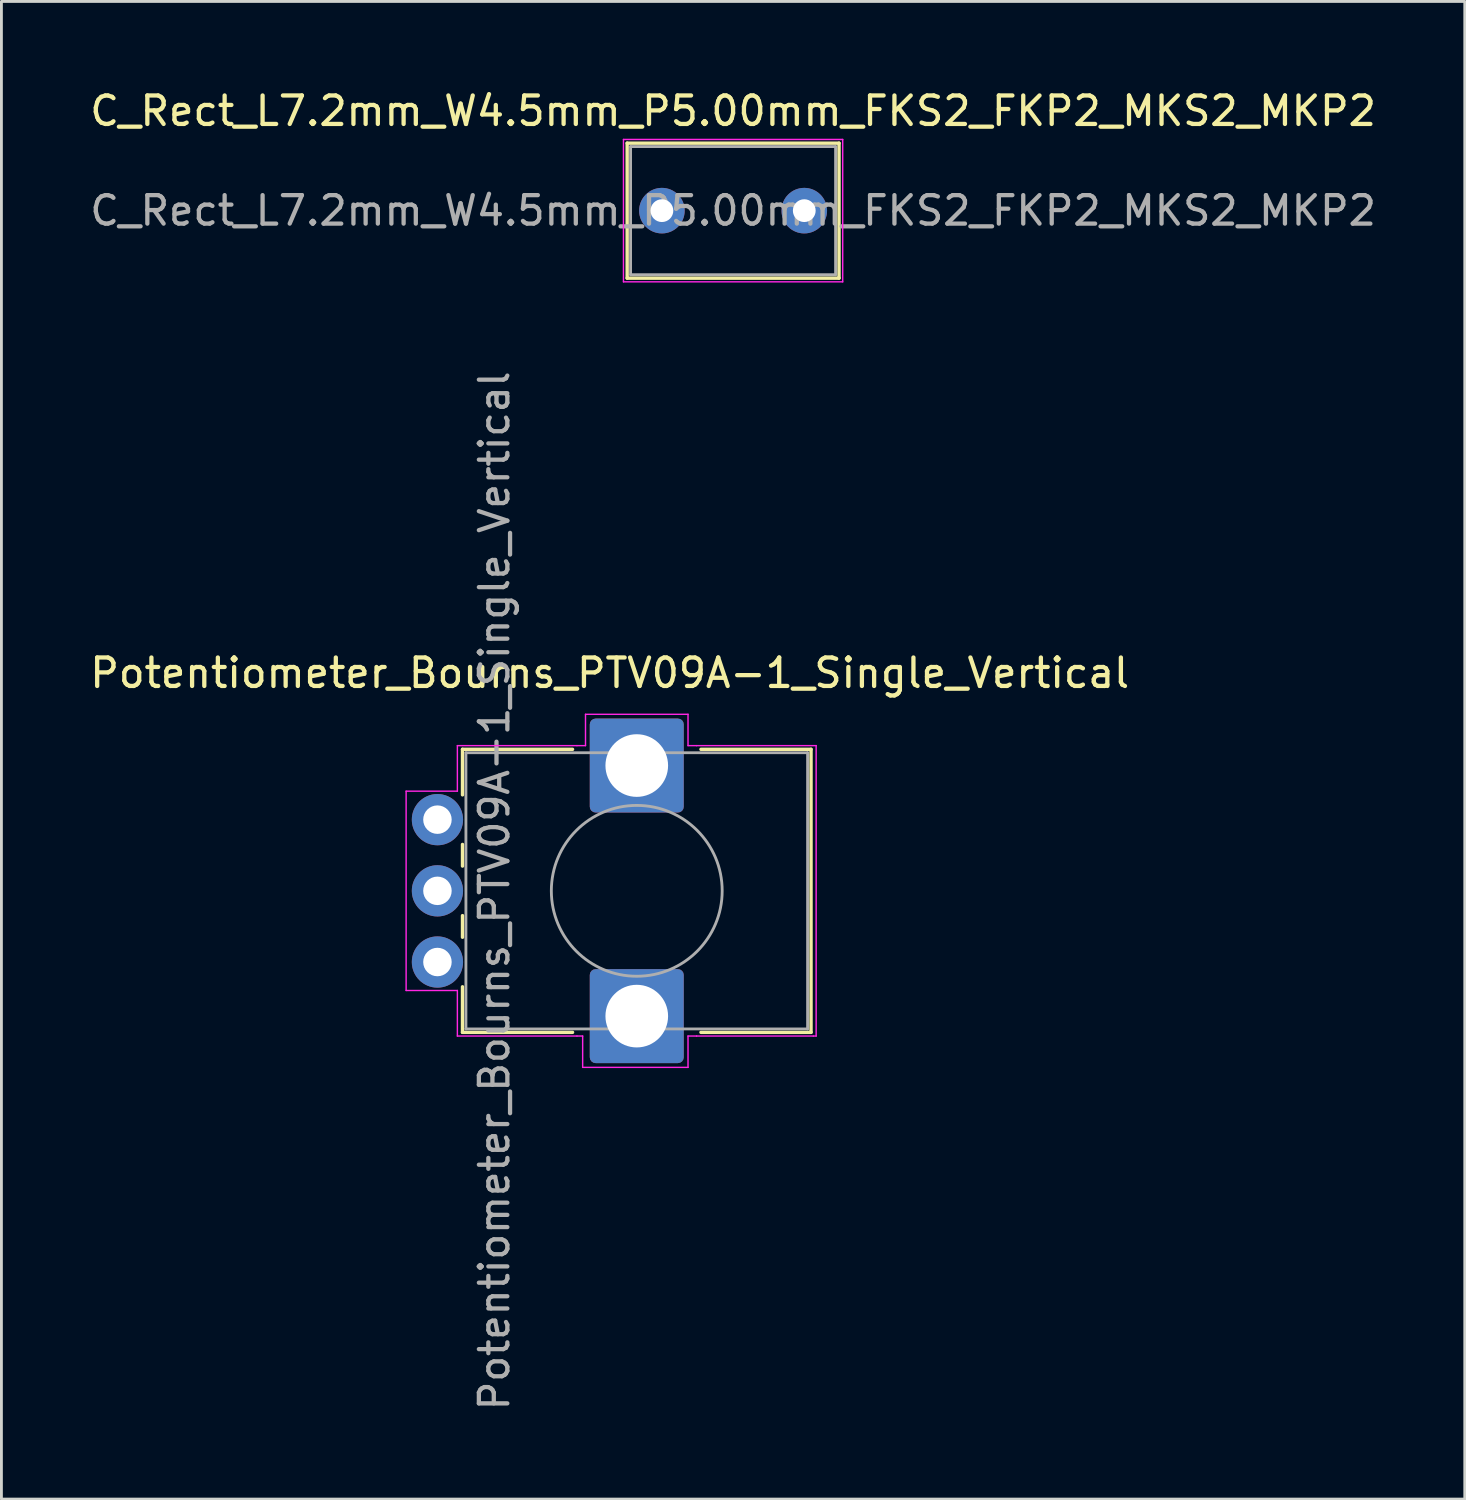
<source format=kicad_pcb>
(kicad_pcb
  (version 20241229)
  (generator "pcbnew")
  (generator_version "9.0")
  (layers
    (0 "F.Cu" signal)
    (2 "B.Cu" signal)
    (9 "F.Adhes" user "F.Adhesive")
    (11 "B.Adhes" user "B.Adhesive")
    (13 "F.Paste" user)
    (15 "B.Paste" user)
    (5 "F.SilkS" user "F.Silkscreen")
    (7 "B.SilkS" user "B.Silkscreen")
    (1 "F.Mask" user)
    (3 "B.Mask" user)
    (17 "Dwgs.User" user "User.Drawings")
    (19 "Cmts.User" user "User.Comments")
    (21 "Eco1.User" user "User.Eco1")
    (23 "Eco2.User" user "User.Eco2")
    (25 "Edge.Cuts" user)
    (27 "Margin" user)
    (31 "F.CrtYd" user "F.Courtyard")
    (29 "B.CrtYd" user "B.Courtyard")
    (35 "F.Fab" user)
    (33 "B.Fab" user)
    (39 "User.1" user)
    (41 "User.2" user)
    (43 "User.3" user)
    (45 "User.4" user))
  (footprint "Potentiometer_Bourns_PTV09A-1_Single_Vertical"
    (layer "F.Cu")
    (at 12.313 30.736)
    (property "Reference" "Potentiometer_Bourns_PTV09A-1_Single_Vertical" (at 6.05 -10.15 0) (layer "F.SilkS") (effects (font (size 1 1) (thickness 0.15))))
    (attr through_hole)
    (fp_line (start 0.88 -7.47) (end 0.88 -5.871) (stroke (width 0.12) (type solid)) (layer "F.SilkS"))
    (fp_line (start 0.88 -7.47) (end 4.745 -7.47) (stroke (width 0.12) (type solid)) (layer "F.SilkS"))
    (fp_line (start 0.88 -4.129) (end 0.88 -3.37) (stroke (width 0.12) (type solid)) (layer "F.SilkS"))
    (fp_line (start 0.88 -1.629) (end 0.88 -0.87) (stroke (width 0.12) (type solid)) (layer "F.SilkS"))
    (fp_line (start 0.88 0.87) (end 0.88 2.47) (stroke (width 0.12) (type solid)) (layer "F.SilkS"))
    (fp_line (start 0.88 2.47) (end 4.745 2.47) (stroke (width 0.12) (type solid)) (layer "F.SilkS"))
    (fp_line (start 9.255 -7.47) (end 13.12 -7.47) (stroke (width 0.12) (type solid)) (layer "F.SilkS"))
    (fp_line (start 9.255 2.47) (end 13.12 2.47) (stroke (width 0.12) (type solid)) (layer "F.SilkS"))
    (fp_line (start 13.12 -7.47) (end 13.12 2.47) (stroke (width 0.12) (type solid)) (layer "F.SilkS"))
    (fp_line (start -1.1 -6) (end -1.1 1) (stroke (width 0.05) (type default)) (layer "F.CrtYd"))
    (fp_line (start -1.1 -6) (end 0.7 -6) (stroke (width 0.05) (type default)) (layer "F.CrtYd"))
    (fp_line (start -1.1 1) (end 0.7 1) (stroke (width 0.05) (type default)) (layer "F.CrtYd"))
    (fp_line (start 0.7 -7.6) (end 4.9 -7.6) (stroke (width 0.05) (type default)) (layer "F.CrtYd"))
    (fp_line (start 0.7 -6) (end 0.7 -7.6) (stroke (width 0.05) (type default)) (layer "F.CrtYd"))
    (fp_line (start 0.7 1) (end 0.7 2.6) (stroke (width 0.05) (type default)) (layer "F.CrtYd"))
    (fp_line (start 0.7 2.6) (end 4.9 2.6) (stroke (width 0.05) (type default)) (layer "F.CrtYd"))
    (fp_line (start 4.9 -7.6) (end 5.2 -7.6) (stroke (width 0.05) (type default)) (layer "F.CrtYd"))
    (fp_line (start 4.9 2.6) (end 5.1 2.6) (stroke (width 0.05) (type default)) (layer "F.CrtYd"))
    (fp_line (start 5.1 2.6) (end 5.1 3.7) (stroke (width 0.05) (type default)) (layer "F.CrtYd"))
    (fp_line (start 5.1 3.7) (end 8.8 3.7) (stroke (width 0.05) (type default)) (layer "F.CrtYd"))
    (fp_line (start 5.2 -8.7) (end 8.8 -8.7) (stroke (width 0.05) (type default)) (layer "F.CrtYd"))
    (fp_line (start 5.2 -7.6) (end 5.2 -8.7) (stroke (width 0.05) (type default)) (layer "F.CrtYd"))
    (fp_line (start 8.8 -8.7) (end 8.8 -7.6) (stroke (width 0.05) (type default)) (layer "F.CrtYd"))
    (fp_line (start 8.8 -7.6) (end 9.1 -7.6) (stroke (width 0.05) (type default)) (layer "F.CrtYd"))
    (fp_line (start 8.8 2.6) (end 9.1 2.6) (stroke (width 0.05) (type default)) (layer "F.CrtYd"))
    (fp_line (start 8.8 3.7) (end 8.8 2.6) (stroke (width 0.05) (type default)) (layer "F.CrtYd"))
    (fp_line (start 9.1 2.6) (end 13.2 2.6) (stroke (width 0.05) (type default)) (layer "F.CrtYd"))
    (fp_line (start 13.2 2.6) (end 13.3 2.6) (stroke (width 0.05) (type default)) (layer "F.CrtYd"))
    (fp_line (start 13.3 -7.6) (end 9.1 -7.6) (stroke (width 0.05) (type default)) (layer "F.CrtYd"))
    (fp_line (start 13.3 2.6) (end 13.3 -7.6) (stroke (width 0.05) (type default)) (layer "F.CrtYd"))
    (fp_line (start 1 -7.35) (end 1 2.35) (stroke (width 0.1) (type solid)) (layer "F.Fab"))
    (fp_line (start 1 2.35) (end 13 2.35) (stroke (width 0.1) (type solid)) (layer "F.Fab"))
    (fp_line (start 13 -7.35) (end 1 -7.35) (stroke (width 0.1) (type solid)) (layer "F.Fab"))
    (fp_line (start 13 2.35) (end 13 -7.35) (stroke (width 0.1) (type solid)) (layer "F.Fab"))
    (fp_circle (center 7 -2.5) (end 10 -2.5) (stroke (width 0.1) (type solid)) (fill no) (layer "F.Fab"))
    (fp_text user "${REFERENCE}" (at 2 -2.5 90) (layer "F.Fab") (effects (font (size 1 1) (thickness 0.15))))
    (pad "" np_thru_hole roundrect (at 7 -6.9) (size 3.3 3.3) (drill 2.2) (layers "*.Cu" "*.Mask") (roundrect_rratio 0.062))
    (pad "" np_thru_hole roundrect (at 7 1.9) (size 3.3 3.3) (drill 2.2) (layers "*.Cu" "*.Mask") (roundrect_rratio 0.062))
    (pad "1" thru_hole circle (at 0 0) (size 1.8 1.8) (drill 1) (layers "*.Cu" "*.Mask"))
    (pad "2" thru_hole circle (at 0 -2.5) (size 1.8 1.8) (drill 1) (layers "*.Cu" "*.Mask"))
    (pad "3" thru_hole circle (at 0 -5) (size 1.8 1.8) (drill 1) (layers "*.Cu" "*.Mask")))
  (footprint "C_Rect_L7.2mm_W4.5mm_P5.00mm_FKS2_FKP2_MKS2_MKP2"
    (layer "F.Cu")
    (at 20.196 4.348)
    (property "Reference" "C_Rect_L7.2mm_W4.5mm_P5.00mm_FKS2_FKP2_MKS2_MKP2" (at 2.5 -3.5 0) (layer "F.SilkS") (effects (font (size 1 1) (thickness 0.15))))
    (attr through_hole)
    (fp_line (start -1.22 -2.37) (end -1.22 2.37) (stroke (width 0.12) (type solid)) (layer "F.SilkS"))
    (fp_line (start -1.22 -2.37) (end 6.22 -2.37) (stroke (width 0.12) (type solid)) (layer "F.SilkS"))
    (fp_line (start -1.22 2.37) (end 6.22 2.37) (stroke (width 0.12) (type solid)) (layer "F.SilkS"))
    (fp_line (start 6.22 -2.37) (end 6.22 2.37) (stroke (width 0.12) (type solid)) (layer "F.SilkS"))
    (fp_line (start -1.35 -2.5) (end -1.35 2.5) (stroke (width 0.05) (type solid)) (layer "F.CrtYd"))
    (fp_line (start -1.35 2.5) (end 6.35 2.5) (stroke (width 0.05) (type solid)) (layer "F.CrtYd"))
    (fp_line (start 6.35 -2.5) (end -1.35 -2.5) (stroke (width 0.05) (type solid)) (layer "F.CrtYd"))
    (fp_line (start 6.35 2.5) (end 6.35 -2.5) (stroke (width 0.05) (type solid)) (layer "F.CrtYd"))
    (fp_line (start -1.1 -2.25) (end -1.1 2.25) (stroke (width 0.1) (type solid)) (layer "F.Fab"))
    (fp_line (start -1.1 2.25) (end 6.1 2.25) (stroke (width 0.1) (type solid)) (layer "F.Fab"))
    (fp_line (start 6.1 -2.25) (end -1.1 -2.25) (stroke (width 0.1) (type solid)) (layer "F.Fab"))
    (fp_line (start 6.1 2.25) (end 6.1 -2.25) (stroke (width 0.1) (type solid)) (layer "F.Fab"))
    (fp_text user "${REFERENCE}" (at 2.5 0 0) (layer "F.Fab") (effects (font (size 1 1) (thickness 0.15))))
    (pad "1" thru_hole circle (at 0 0) (size 1.6 1.6) (drill 0.8) (layers "*.Cu" "*.Mask"))
    (pad "2" thru_hole circle (at 5 0) (size 1.6 1.6) (drill 0.8) (layers "*.Cu" "*.Mask")))
  (gr_rect
    (start -3 -3)
    (end 48.393 49.599)
    (stroke (width 0.1) (type default))
    (fill no)
    (layer "Edge.Cuts")))
</source>
